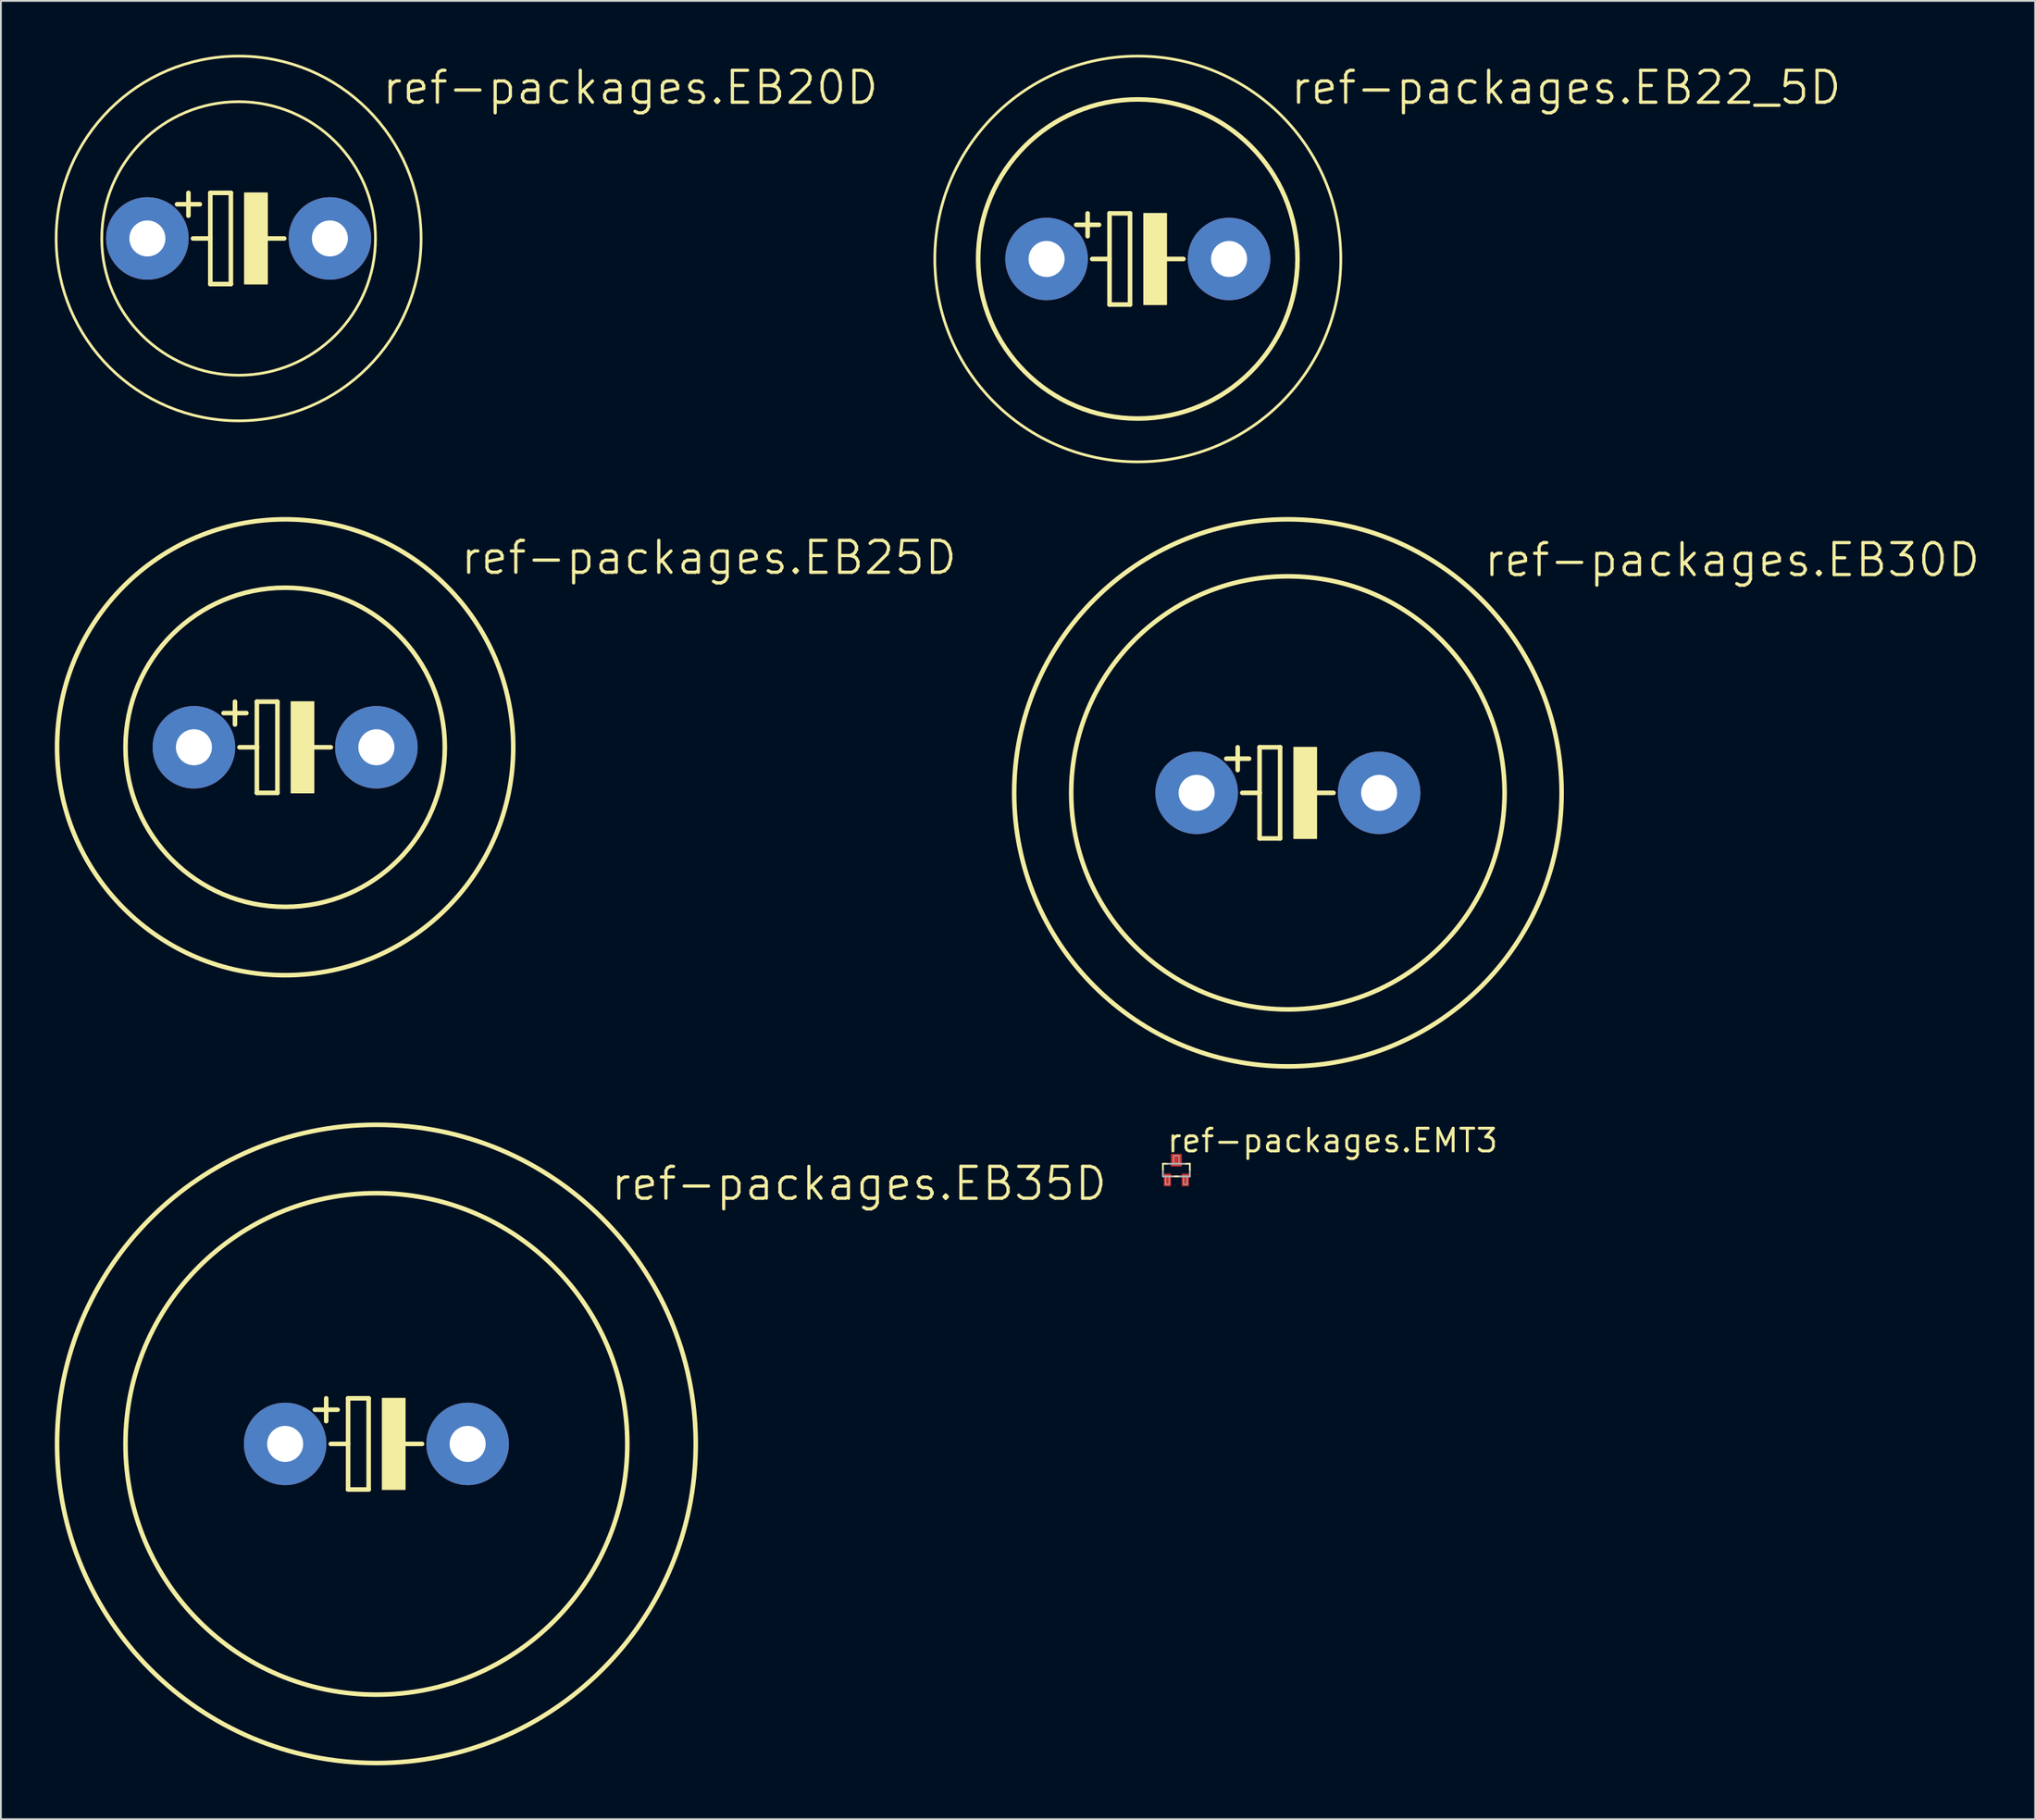
<source format=kicad_pcb>
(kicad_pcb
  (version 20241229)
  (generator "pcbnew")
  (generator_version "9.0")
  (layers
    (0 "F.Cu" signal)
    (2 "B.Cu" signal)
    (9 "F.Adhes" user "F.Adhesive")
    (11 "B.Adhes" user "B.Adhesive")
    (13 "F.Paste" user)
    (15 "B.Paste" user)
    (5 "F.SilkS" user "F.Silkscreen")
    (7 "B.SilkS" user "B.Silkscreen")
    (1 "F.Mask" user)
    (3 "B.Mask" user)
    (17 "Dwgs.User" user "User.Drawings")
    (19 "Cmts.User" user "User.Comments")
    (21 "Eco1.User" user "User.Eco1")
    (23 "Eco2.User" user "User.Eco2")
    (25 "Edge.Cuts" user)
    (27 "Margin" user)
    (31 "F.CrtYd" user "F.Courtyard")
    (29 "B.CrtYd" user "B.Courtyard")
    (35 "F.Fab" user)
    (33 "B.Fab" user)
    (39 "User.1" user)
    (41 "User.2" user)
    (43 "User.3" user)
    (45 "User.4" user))
  (footprint "ref-packages.EB25D"
    (layer "F.Cu")
    (at 12.827 38.585)
    (property "Reference" "ref-packages.EB25D" (at 9.677 -9.525 0) (layer "F.SilkS") (effects (font (size 1.778 1.778) (thickness 0.18)) (justify left bottom)))
    (attr through_hole)
    (fp_line (start -2.794 -2.54) (end -2.794 -1.27) (stroke (width 0.254) (type default)) (layer "F.SilkS"))
    (fp_line (start -2.54 0) (end -1.575 0) (stroke (width 0.254) (type default)) (layer "F.SilkS"))
    (fp_line (start -2.159 -1.905) (end -3.429 -1.905) (stroke (width 0.254) (type default)) (layer "F.SilkS"))
    (fp_line (start -1.575 -2.54) (end -0.432 -2.54) (stroke (width 0.254) (type default)) (layer "F.SilkS"))
    (fp_line (start -1.575 0) (end -1.575 -2.54) (stroke (width 0.254) (type default)) (layer "F.SilkS"))
    (fp_line (start -1.575 2.54) (end -1.575 0) (stroke (width 0.254) (type default)) (layer "F.SilkS"))
    (fp_line (start -0.432 -2.54) (end -0.432 2.54) (stroke (width 0.254) (type default)) (layer "F.SilkS"))
    (fp_line (start -0.432 2.54) (end -1.575 2.54) (stroke (width 0.254) (type default)) (layer "F.SilkS"))
    (fp_line (start 0.635 0) (end 2.54 0) (stroke (width 0.254) (type default)) (layer "F.SilkS"))
    (fp_rect (start 0.33 2.54) (end 1.6 -2.54) (stroke (width 0.05) (type default)) (fill yes) (layer "F.SilkS"))
    (fp_circle (center 0 0) (end 8.89 0) (stroke (width 0.254) (type default)) (fill no) (layer "F.SilkS"))
    (fp_circle (center 0 0) (end 12.7 0) (stroke (width 0.254) (type default)) (fill no) (layer "F.SilkS"))
    (pad "+" thru_hole circle (at -5.08 0) (size 4.597 4.597) (drill 2.007) (layers "*.Cu" "*.Mask"))
    (pad "-" thru_hole circle (at 5.08 0) (size 4.597 4.597) (drill 2.007) (layers "*.Cu" "*.Mask")))
  (footprint "ref-packages.EB22_5D"
    (layer "F.Cu")
    (at 60.301 11.379)
    (property "Reference" "ref-packages.EB22_5D" (at 8.407 -8.509 0) (layer "F.SilkS") (effects (font (size 1.778 1.778) (thickness 0.18)) (justify left bottom)))
    (attr through_hole)
    (fp_line (start -2.794 -2.54) (end -2.794 -1.27) (stroke (width 0.254) (type default)) (layer "F.SilkS"))
    (fp_line (start -2.54 0) (end -1.575 0) (stroke (width 0.254) (type default)) (layer "F.SilkS"))
    (fp_line (start -2.159 -1.905) (end -3.429 -1.905) (stroke (width 0.254) (type default)) (layer "F.SilkS"))
    (fp_line (start -1.575 -2.54) (end -0.432 -2.54) (stroke (width 0.254) (type default)) (layer "F.SilkS"))
    (fp_line (start -1.575 0) (end -1.575 -2.54) (stroke (width 0.254) (type default)) (layer "F.SilkS"))
    (fp_line (start -1.575 2.54) (end -1.575 0) (stroke (width 0.254) (type default)) (layer "F.SilkS"))
    (fp_line (start -0.432 -2.54) (end -0.432 2.54) (stroke (width 0.254) (type default)) (layer "F.SilkS"))
    (fp_line (start -0.432 2.54) (end -1.575 2.54) (stroke (width 0.254) (type default)) (layer "F.SilkS"))
    (fp_line (start 0.635 0) (end 2.54 0) (stroke (width 0.254) (type default)) (layer "F.SilkS"))
    (fp_rect (start 0.33 2.54) (end 1.6 -2.54) (stroke (width 0.05) (type default)) (fill yes) (layer "F.SilkS"))
    (fp_circle (center 0 0) (end 8.89 0) (stroke (width 0.254) (type default)) (fill no) (layer "F.SilkS"))
    (fp_circle (center 0 0) (end 11.303 0) (stroke (width 0.152) (type default)) (fill no) (layer "F.SilkS"))
    (pad "+" thru_hole circle (at -5.08 0) (size 4.597 4.597) (drill 2.007) (layers "*.Cu" "*.Mask"))
    (pad "-" thru_hole circle (at 5.08 0) (size 4.597 4.597) (drill 2.007) (layers "*.Cu" "*.Mask")))
  (footprint "ref-packages.EB20D"
    (layer "F.Cu")
    (at 10.236 10.236)
    (property "Reference" "ref-packages.EB20D" (at 7.899 -7.366 0) (layer "F.SilkS") (effects (font (size 1.778 1.778) (thickness 0.18)) (justify left bottom)))
    (attr through_hole)
    (fp_line (start -2.794 -2.54) (end -2.794 -1.27) (stroke (width 0.254) (type default)) (layer "F.SilkS"))
    (fp_line (start -2.54 0) (end -1.575 0) (stroke (width 0.254) (type default)) (layer "F.SilkS"))
    (fp_line (start -2.159 -1.905) (end -3.429 -1.905) (stroke (width 0.254) (type default)) (layer "F.SilkS"))
    (fp_line (start -1.575 -2.54) (end -0.432 -2.54) (stroke (width 0.254) (type default)) (layer "F.SilkS"))
    (fp_line (start -1.575 0) (end -1.575 -2.54) (stroke (width 0.254) (type default)) (layer "F.SilkS"))
    (fp_line (start -1.575 2.54) (end -1.575 0) (stroke (width 0.254) (type default)) (layer "F.SilkS"))
    (fp_line (start -0.432 -2.54) (end -0.432 2.54) (stroke (width 0.254) (type default)) (layer "F.SilkS"))
    (fp_line (start -0.432 2.54) (end -1.575 2.54) (stroke (width 0.254) (type default)) (layer "F.SilkS"))
    (fp_line (start 0.635 0) (end 2.54 0) (stroke (width 0.254) (type default)) (layer "F.SilkS"))
    (fp_rect (start 0.33 2.54) (end 1.6 -2.54) (stroke (width 0.05) (type default)) (fill yes) (layer "F.SilkS"))
    (fp_circle (center 0 0) (end 7.62 0) (stroke (width 0.152) (type default)) (fill no) (layer "F.SilkS"))
    (fp_circle (center 0 0) (end 10.16 0) (stroke (width 0.152) (type default)) (fill no) (layer "F.SilkS"))
    (pad "+" thru_hole circle (at -5.08 0) (size 4.597 4.597) (drill 2.007) (layers "*.Cu" "*.Mask"))
    (pad "-" thru_hole circle (at 5.08 0) (size 4.597 4.597) (drill 2.007) (layers "*.Cu" "*.Mask")))
  (footprint "ref-packages.EB30D"
    (layer "F.Cu")
    (at 68.657 41.125)
    (property "Reference" "ref-packages.EB30D" (at 10.82 -11.938 0) (layer "F.SilkS") (effects (font (size 1.778 1.778) (thickness 0.18)) (justify left bottom)))
    (attr through_hole)
    (fp_line (start -2.794 -2.54) (end -2.794 -1.27) (stroke (width 0.254) (type default)) (layer "F.SilkS"))
    (fp_line (start -2.54 0) (end -1.575 0) (stroke (width 0.254) (type default)) (layer "F.SilkS"))
    (fp_line (start -2.159 -1.905) (end -3.429 -1.905) (stroke (width 0.254) (type default)) (layer "F.SilkS"))
    (fp_line (start -1.575 -2.54) (end -0.432 -2.54) (stroke (width 0.254) (type default)) (layer "F.SilkS"))
    (fp_line (start -1.575 0) (end -1.575 -2.54) (stroke (width 0.254) (type default)) (layer "F.SilkS"))
    (fp_line (start -1.575 2.54) (end -1.575 0) (stroke (width 0.254) (type default)) (layer "F.SilkS"))
    (fp_line (start -0.432 -2.54) (end -0.432 2.54) (stroke (width 0.254) (type default)) (layer "F.SilkS"))
    (fp_line (start -0.432 2.54) (end -1.575 2.54) (stroke (width 0.254) (type default)) (layer "F.SilkS"))
    (fp_line (start 0.635 0) (end 2.54 0) (stroke (width 0.254) (type default)) (layer "F.SilkS"))
    (fp_rect (start 0.33 2.54) (end 1.6 -2.54) (stroke (width 0.05) (type default)) (fill yes) (layer "F.SilkS"))
    (fp_circle (center 0 0) (end 12.065 0) (stroke (width 0.254) (type default)) (fill no) (layer "F.SilkS"))
    (fp_circle (center 0 0) (end 15.24 0) (stroke (width 0.254) (type default)) (fill no) (layer "F.SilkS"))
    (pad "+" thru_hole circle (at -5.08 0) (size 4.597 4.597) (drill 2.007) (layers "*.Cu" "*.Mask"))
    (pad "-" thru_hole circle (at 5.08 0) (size 4.597 4.597) (drill 2.007) (layers "*.Cu" "*.Mask")))
  (footprint "ref-packages.EMT3"
    (layer "F.Cu")
    (at 62.448 62.142)
    (property "Reference" "ref-packages.EMT3" (at -0.6 -0.9 0) (layer "F.SilkS") (effects (font (size 1.27 1.27) (thickness 0.16)) (justify left bottom)))
    (attr smd)
    (fp_line (start -0.75 -0.35) (end -0.5 -0.35) (stroke (width 0.102) (type default)) (layer "F.SilkS"))
    (fp_line (start -0.75 0.05) (end -0.75 -0.35) (stroke (width 0.102) (type default)) (layer "F.SilkS"))
    (fp_line (start 0.15 0.35) (end -0.15 0.35) (stroke (width 0.102) (type default)) (layer "F.SilkS"))
    (fp_line (start 0.5 -0.35) (end 0.75 -0.35) (stroke (width 0.102) (type default)) (layer "F.SilkS"))
    (fp_line (start 0.75 -0.35) (end 0.75 0.05) (stroke (width 0.102) (type default)) (layer "F.SilkS"))
    (fp_line (start -0.75 0.35) (end -0.75 0.05) (stroke (width 0.102) (type default)) (layer "F.Fab"))
    (fp_line (start -0.5 -0.35) (end 0.5 -0.35) (stroke (width 0.102) (type default)) (layer "F.Fab"))
    (fp_line (start -0.15 0.35) (end -0.75 0.35) (stroke (width 0.102) (type default)) (layer "F.Fab"))
    (fp_line (start 0.75 0.05) (end 0.75 0.35) (stroke (width 0.102) (type default)) (layer "F.Fab"))
    (fp_line (start 0.75 0.35) (end 0.15 0.35) (stroke (width 0.102) (type default)) (layer "F.Fab"))
    (fp_rect (start -0.6 0.8) (end -0.4 0.35) (stroke (width 0.05) (type default)) (fill no) (layer "F.Fab"))
    (fp_rect (start -0.15 -0.35) (end 0.15 -0.8) (stroke (width 0.05) (type default)) (fill no) (layer "F.Fab"))
    (fp_rect (start 0.4 0.8) (end 0.6 0.35) (stroke (width 0.05) (type default)) (fill no) (layer "F.Fab"))
    (pad "B" smd roundrect (at -0.5 0.55) (size 0.4 0.7) (layers "F.Cu" "F.Mask" "F.Paste") (roundrect_rratio 0.01))
    (pad "C" smd roundrect (at 0 -0.55) (size 0.6 0.7) (layers "F.Cu" "F.Mask" "F.Paste") (roundrect_rratio 0.01))
    (pad "E" smd roundrect (at 0.5 0.55) (size 0.4 0.7) (layers "F.Cu" "F.Mask" "F.Paste") (roundrect_rratio 0.01)))
  (footprint "ref-packages.EB35D"
    (layer "F.Cu")
    (at 17.907 77.399)
    (property "Reference" "ref-packages.EB35D" (at 12.954 -13.462 0) (layer "F.SilkS") (effects (font (size 1.778 1.778) (thickness 0.18)) (justify left bottom)))
    (attr through_hole)
    (fp_line (start -2.794 -2.54) (end -2.794 -1.27) (stroke (width 0.254) (type default)) (layer "F.SilkS"))
    (fp_line (start -2.54 0) (end -1.575 0) (stroke (width 0.254) (type default)) (layer "F.SilkS"))
    (fp_line (start -2.159 -1.905) (end -3.429 -1.905) (stroke (width 0.254) (type default)) (layer "F.SilkS"))
    (fp_line (start -1.575 -2.54) (end -0.432 -2.54) (stroke (width 0.254) (type default)) (layer "F.SilkS"))
    (fp_line (start -1.575 0) (end -1.575 -2.54) (stroke (width 0.254) (type default)) (layer "F.SilkS"))
    (fp_line (start -1.575 2.54) (end -1.575 0) (stroke (width 0.254) (type default)) (layer "F.SilkS"))
    (fp_line (start -0.432 -2.54) (end -0.432 2.54) (stroke (width 0.254) (type default)) (layer "F.SilkS"))
    (fp_line (start -0.432 2.54) (end -1.575 2.54) (stroke (width 0.254) (type default)) (layer "F.SilkS"))
    (fp_line (start 1.397 0) (end 2.54 0) (stroke (width 0.254) (type default)) (layer "F.SilkS"))
    (fp_rect (start 0.33 2.54) (end 1.6 -2.54) (stroke (width 0.05) (type default)) (fill yes) (layer "F.SilkS"))
    (fp_circle (center 0 0) (end 13.97 0) (stroke (width 0.254) (type default)) (fill no) (layer "F.SilkS"))
    (fp_circle (center 0 0) (end 17.78 0) (stroke (width 0.254) (type default)) (fill no) (layer "F.SilkS"))
    (pad "+" thru_hole circle (at -5.08 0) (size 4.597 4.597) (drill 2.007) (layers "*.Cu" "*.Mask"))
    (pad "-" thru_hole circle (at 5.08 0) (size 4.597 4.597) (drill 2.007) (layers "*.Cu" "*.Mask")))
  (gr_rect
    (start -3 -3)
    (end 110.263 98.306)
    (stroke (width 0.1) (type default))
    (fill no)
    (layer "Edge.Cuts")))
</source>
